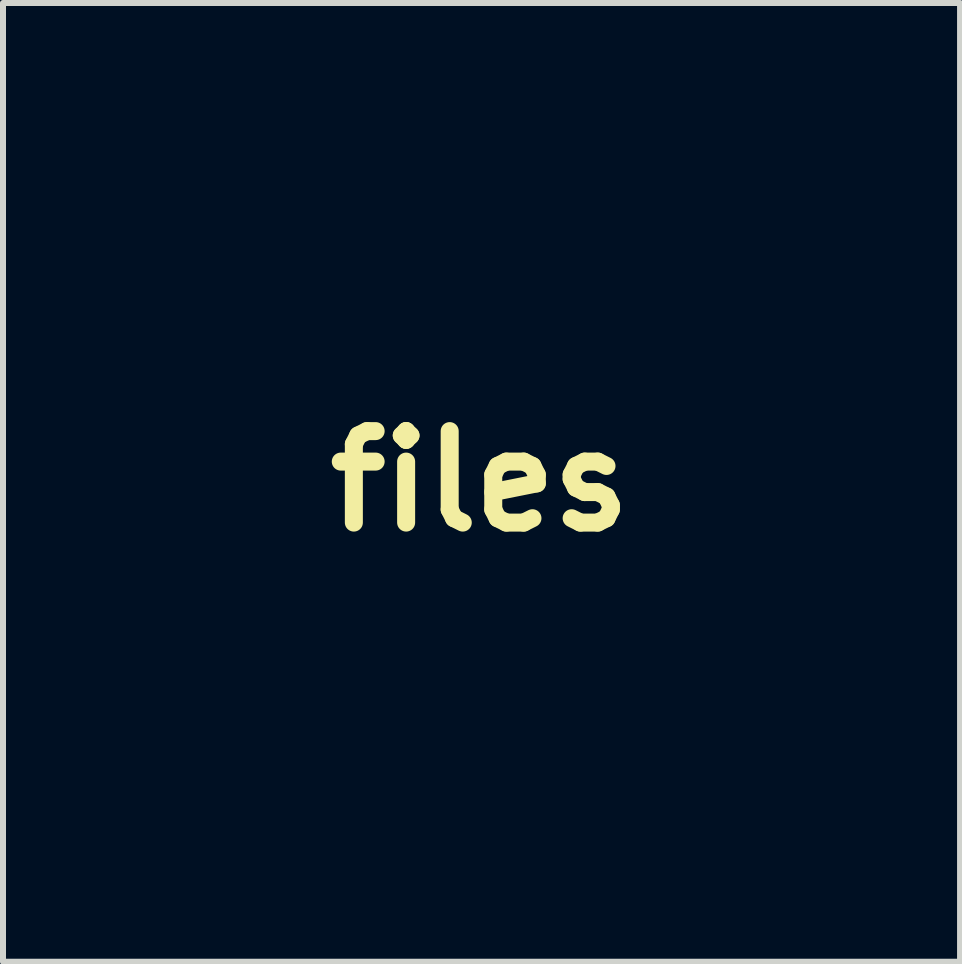
<source format=kicad_pcb>
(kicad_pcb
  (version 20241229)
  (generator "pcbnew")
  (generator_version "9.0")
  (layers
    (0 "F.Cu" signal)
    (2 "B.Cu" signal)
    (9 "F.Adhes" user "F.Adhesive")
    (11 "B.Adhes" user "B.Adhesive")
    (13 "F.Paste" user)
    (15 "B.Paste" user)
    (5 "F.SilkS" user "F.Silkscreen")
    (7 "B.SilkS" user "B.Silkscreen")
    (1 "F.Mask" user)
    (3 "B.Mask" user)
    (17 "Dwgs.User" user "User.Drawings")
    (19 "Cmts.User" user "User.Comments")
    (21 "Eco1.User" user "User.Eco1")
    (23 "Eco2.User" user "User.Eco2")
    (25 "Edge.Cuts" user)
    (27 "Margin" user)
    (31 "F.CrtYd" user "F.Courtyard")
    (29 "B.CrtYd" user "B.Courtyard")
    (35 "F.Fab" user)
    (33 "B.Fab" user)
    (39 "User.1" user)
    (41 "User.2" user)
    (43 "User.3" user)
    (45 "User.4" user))
  (footprint "files"
    (layer "F.Cu")
    (at 4.95 4.967)
    (property "Reference" "files" (at 0 0 0) (layer "F.SilkS") (effects (font (size 1.524 1.524) (thickness 0.3))))
    (attr board_only exclude_from_pos_files exclude_from_bom)
    (fp_poly (pts (xy 0.632 -4.929) (xy 1.256 -4.811) (xy 1.86 -4.614) (xy 2.436 -4.341) (xy 2.978 -3.992) (xy 3.476 -3.57) (xy 3.604 -3.441) (xy 4.02 -2.959) (xy 4.359 -2.453) (xy 4.628 -1.91) (xy 4.834 -1.316) (xy 4.922 -0.966) (xy 4.96 -0.731) (xy 4.984 -0.433) (xy 4.995 -0.1) (xy 4.994 0.242) (xy 4.979 0.568) (xy 4.95 0.85) (xy 4.922 1.011) (xy 4.755 1.62) (xy 4.535 2.167) (xy 4.255 2.668) (xy 3.905 3.141) (xy 3.539 3.539) (xy 3.058 3.973) (xy 2.557 4.324) (xy 2.025 4.601) (xy 1.449 4.809) (xy 1.019 4.916) (xy 0.765 4.957) (xy 0.457 4.986) (xy 0.125 5.003) (xy -0.198 5.006) (xy -0.48 4.994) (xy -0.585 4.983) (xy -1.227 4.858) (xy -1.842 4.652) (xy -2.423 4.371) (xy -2.963 4.019) (xy -3.453 3.603) (xy -3.886 3.127) (xy -4.256 2.597) (xy -4.469 2.202) (xy -4.664 1.756) (xy -4.803 1.328) (xy -4.893 0.892) (xy -4.94 0.422) (xy -4.94 0.41) (xy -3.114 0.41) (xy -3.114 0.881) (xy -3.113 1.272) (xy -3.11 1.59) (xy -3.104 1.843) (xy -3.095 2.039) (xy -3.081 2.187) (xy -3.061 2.294) (xy -3.035 2.368) (xy -3.002 2.418) (xy -2.96 2.452) (xy -2.91 2.478) (xy -2.876 2.492) (xy -2.815 2.499) (xy -2.674 2.505) (xy -2.459 2.51) (xy -2.179 2.514) (xy -1.84 2.518) (xy -1.452 2.521) (xy -1.021 2.522) (xy -0.555 2.523) (xy -0.063 2.523) (xy 0.082 2.522) (xy 2.944 2.513) (xy 3.052 2.387) (xy 3.161 2.261) (xy 3.136 -2.266) (xy 3.035 -2.368) (xy 3 -2.399) (xy 2.961 -2.424) (xy 2.904 -2.442) (xy 2.82 -2.455) (xy 2.696 -2.465) (xy 2.521 -2.471) (xy 2.283 -2.476) (xy 1.971 -2.481) (xy 1.86 -2.482) (xy 1.468 -2.485) (xy 1.159 -2.484) (xy 0.927 -2.477) (xy 0.767 -2.465) (xy 0.671 -2.447) (xy 0.658 -2.443) (xy 0.531 -2.349) (xy 0.436 -2.206) (xy 0.4 -2.054) (xy 0.374 -1.961) (xy 0.31 -1.854) (xy 0.308 -1.852) (xy 0.216 -1.735) (xy -1.273 -1.735) (xy -1.705 -1.734) (xy -2.057 -1.732) (xy -2.338 -1.727) (xy -2.557 -1.717) (xy -2.723 -1.703) (xy -2.844 -1.682) (xy -2.93 -1.654) (xy -2.991 -1.618) (xy -3.033 -1.572) (xy -3.068 -1.515) (xy -3.068 -1.515) (xy -3.081 -1.446) (xy -3.091 -1.291) (xy -3.1 -1.054) (xy -3.106 -0.739) (xy -3.111 -0.347) (xy -3.113 0.117) (xy -3.114 0.41) (xy -4.94 0.41) (xy -4.95 0.022) (xy -4.943 -0.361) (xy -4.919 -0.685) (xy -4.874 -0.979) (xy -4.804 -1.273) (xy -4.713 -1.567) (xy -4.47 -2.157) (xy -4.151 -2.712) (xy -3.764 -3.224) (xy -3.316 -3.684) (xy -2.816 -4.084) (xy -2.272 -4.414) (xy -1.905 -4.585) (xy -1.28 -4.797) (xy -0.643 -4.924) (xy -0.003 -4.967)) (stroke (width 0) (type solid)) (fill yes) (layer "F.Mask")))
  (gr_rect
    (start -3 -3)
    (end 12.945 12.973)
    (stroke (width 0.1) (type default))
    (fill no)
    (layer "Edge.Cuts")))
</source>
